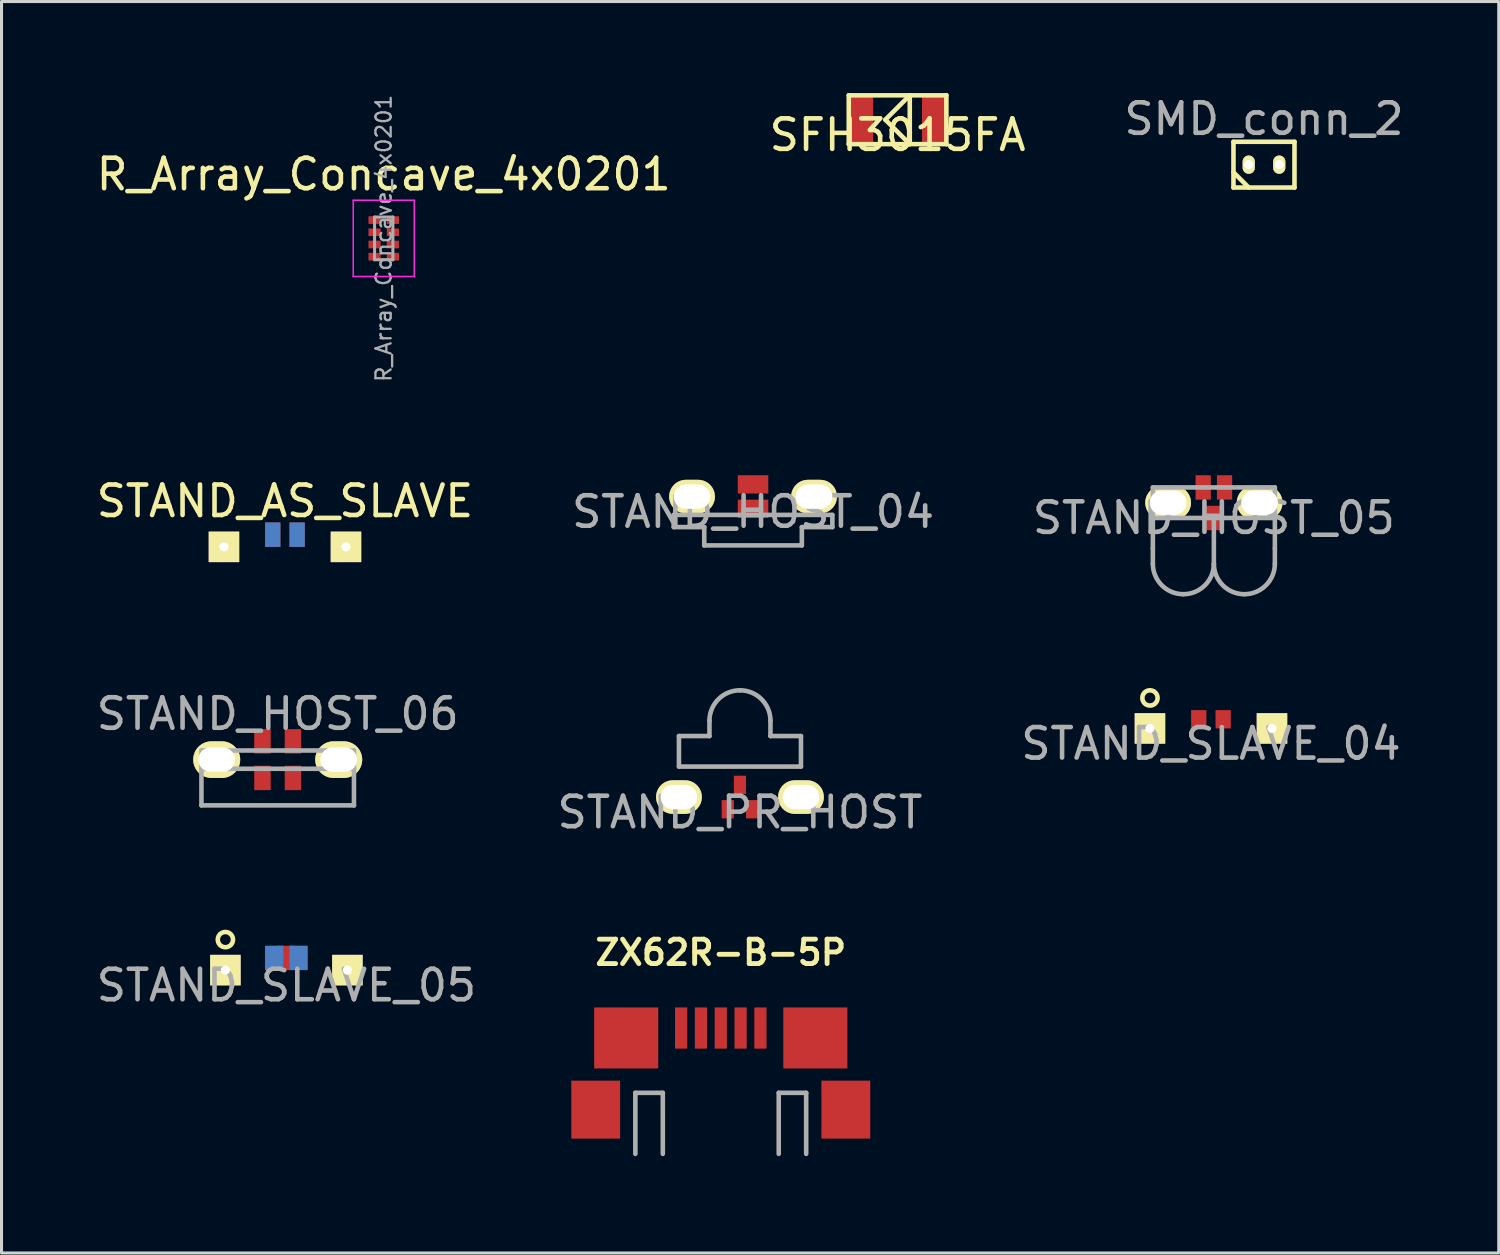
<source format=kicad_pcb>
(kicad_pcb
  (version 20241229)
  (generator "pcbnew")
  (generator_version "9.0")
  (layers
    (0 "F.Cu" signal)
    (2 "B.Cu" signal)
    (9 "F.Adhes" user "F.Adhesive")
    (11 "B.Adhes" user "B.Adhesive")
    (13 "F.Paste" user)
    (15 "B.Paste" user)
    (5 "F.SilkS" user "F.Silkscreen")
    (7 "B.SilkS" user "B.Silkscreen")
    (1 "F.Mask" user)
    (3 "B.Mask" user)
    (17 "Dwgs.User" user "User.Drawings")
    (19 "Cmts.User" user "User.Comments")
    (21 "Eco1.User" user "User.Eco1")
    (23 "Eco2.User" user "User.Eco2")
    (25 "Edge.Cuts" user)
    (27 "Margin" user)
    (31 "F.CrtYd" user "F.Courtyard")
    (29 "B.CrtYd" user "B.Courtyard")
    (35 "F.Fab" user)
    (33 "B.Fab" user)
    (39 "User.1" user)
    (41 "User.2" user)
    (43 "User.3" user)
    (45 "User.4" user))
  (footprint "SMD_conn_2"
    (layer "F.Cu")
    (at 38.387 2.348)
    (property "Reference" "SMD_conn_2" (at 0 -1.5 0) (layer "F.Fab") (effects (font (size 1 1) (thickness 0.15))))
    (attr through_hole)
    (fp_line (start -1 -0.75) (end 1 -0.75) (stroke (width 0.15) (type solid)) (layer "F.SilkS"))
    (fp_line (start -1 0.75) (end -1 -0.75) (stroke (width 0.15) (type solid)) (layer "F.SilkS"))
    (fp_line (start -1 0.75) (end 1 0.75) (stroke (width 0.15) (type solid)) (layer "F.SilkS"))
    (fp_line (start -0.5 0.75) (end -1 0.25) (stroke (width 0.15) (type solid)) (layer "F.SilkS"))
    (fp_line (start 1 0.75) (end 1 -0.75) (stroke (width 0.15) (type solid)) (layer "F.SilkS"))
    (pad "1" thru_hole oval (at -0.5 0) (size 0.4 0.6) (drill 0.3) (layers "*.Cu" "*.Mask" "F.SilkS"))
    (pad "2" thru_hole oval (at 0.5 0) (size 0.4 0.6) (drill 0.3) (layers "*.Cu" "*.Mask" "F.SilkS")))
  (footprint "STAND_PR_HOST"
    (layer "F.Cu")
    (at 21.208 23.08)
    (property "Reference" "STAND_PR_HOST" (at 0 0.5 0) (layer "F.Fab") (effects (font (size 1 1) (thickness 0.15))))
    (attr through_hole)
    (fp_line (start -2 -2) (end -1 -2) (stroke (width 0.15) (type solid)) (layer "F.Fab"))
    (fp_line (start -2 -1) (end -2 -2) (stroke (width 0.15) (type solid)) (layer "F.Fab"))
    (fp_line (start -2 -1) (end 2 -1) (stroke (width 0.15) (type solid)) (layer "F.Fab"))
    (fp_line (start -1 -2.5) (end -1 -2) (stroke (width 0.15) (type solid)) (layer "F.Fab"))
    (fp_line (start 1 -2) (end 1 -2.5) (stroke (width 0.15) (type solid)) (layer "F.Fab"))
    (fp_line (start 2 -2) (end 1 -2) (stroke (width 0.15) (type solid)) (layer "F.Fab"))
    (fp_line (start 2 -1) (end 2 -2) (stroke (width 0.15) (type solid)) (layer "F.Fab"))
    (fp_arc (start -1 -2.5) (mid -0.707107 -3.207107) (end 0 -3.5) (stroke (width 0.15) (type solid)) (layer "F.Fab"))
    (fp_arc (start 0 -3.5) (mid 0.707107 -3.207107) (end 1 -2.5) (stroke (width 0.15) (type solid)) (layer "F.Fab"))
    (pad "1" thru_hole oval (at -2 0) (size 1.5 1.1) (drill oval 1.2 0.8) (layers "*.Cu" "*.Mask" "F.SilkS"))
    (pad "2" smd rect (at -0.4 0.4) (size 0.4 0.6) (layers "F.Cu" "F.Mask" "F.Paste"))
    (pad "3" smd rect (at 0 -0.4) (size 0.4 0.6) (layers "F.Cu" "F.Mask" "F.Paste"))
    (pad "4" smd rect (at 0.4 0.4) (size 0.4 0.6) (layers "F.Cu" "F.Mask" "F.Paste"))
    (pad "5" thru_hole oval (at 2 0) (size 1.5 1.1) (drill oval 1.2 0.8) (layers "*.Cu" "*.Mask" "F.SilkS")))
  (footprint "STAND_HOST_06"
    (layer "F.Cu")
    (at 6.054 21.853)
    (property "Reference" "STAND_HOST_06" (at 0 -1.5 0) (layer "F.Fab") (effects (font (size 1 1) (thickness 0.15))))
    (attr through_hole)
    (fp_line (start -2.5 -0.3) (end -2.5 0.3) (stroke (width 0.15) (type solid)) (layer "F.Fab"))
    (fp_line (start -2.5 0.3) (end -2.5 1.5) (stroke (width 0.15) (type solid)) (layer "F.Fab"))
    (fp_line (start -2.5 0.3) (end 2.5 0.3) (stroke (width 0.15) (type solid)) (layer "F.Fab"))
    (fp_line (start -2.5 1.5) (end 2.5 1.5) (stroke (width 0.15) (type solid)) (layer "F.Fab"))
    (fp_line (start 2.5 -0.3) (end -2.5 -0.3) (stroke (width 0.15) (type solid)) (layer "F.Fab"))
    (fp_line (start 2.5 0.3) (end 2.5 -0.3) (stroke (width 0.15) (type solid)) (layer "F.Fab"))
    (fp_line (start 2.5 1.5) (end 2.5 0.3) (stroke (width 0.15) (type solid)) (layer "F.Fab"))
    (pad "1" thru_hole oval (at -2 0) (size 1.54 1.2) (drill oval 1.2 0.8) (layers "*.Cu" "*.Mask" "F.SilkS"))
    (pad "2" smd rect (at -0.5 0.6) (size 0.54 0.8) (layers "F.Cu" "F.Mask" "F.Paste"))
    (pad "3" smd rect (at -0.5 -0.6) (size 0.54 0.8) (layers "F.Cu" "F.Mask" "F.Paste"))
    (pad "4" smd rect (at 0.5 0.6) (size 0.54 0.8) (layers "F.Cu" "F.Mask" "F.Paste"))
    (pad "5" smd rect (at 0.5 -0.6) (size 0.54 0.8) (layers "F.Cu" "F.Mask" "F.Paste"))
    (pad "6" thru_hole oval (at 2 0) (size 1.54 1.2) (drill oval 1.2 0.8) (layers "*.Cu" "*.Mask" "F.SilkS")))
  (footprint "STAND_HOST_05"
    (layer "F.Cu")
    (at 36.744 13.43)
    (property "Reference" "STAND_HOST_05" (at 0 0.5 0) (layer "F.Fab") (effects (font (size 1 1) (thickness 0.15))))
    (attr through_hole)
    (fp_line (start -2 -0.5) (end -2 0.5) (stroke (width 0.15) (type solid)) (layer "F.Fab"))
    (fp_line (start -2 0.5) (end -2 1.5) (stroke (width 0.15) (type solid)) (layer "F.Fab"))
    (fp_line (start -2 0.5) (end 2 0.5) (stroke (width 0.15) (type solid)) (layer "F.Fab"))
    (fp_line (start -2 2) (end -2 1.5) (stroke (width 0.15) (type solid)) (layer "F.Fab"))
    (fp_line (start 0 0.5) (end 0 2) (stroke (width 0.15) (type solid)) (layer "F.Fab"))
    (fp_line (start 2 -0.5) (end -2 -0.5) (stroke (width 0.15) (type solid)) (layer "F.Fab"))
    (fp_line (start 2 0.5) (end 2 -0.5) (stroke (width 0.15) (type solid)) (layer "F.Fab"))
    (fp_line (start 2 1.5) (end 2 0.5) (stroke (width 0.15) (type solid)) (layer "F.Fab"))
    (fp_line (start 2 1.5) (end 2 2) (stroke (width 0.15) (type solid)) (layer "F.Fab"))
    (fp_arc (start -1 3) (mid -1.707107 2.707107) (end -2 2) (stroke (width 0.15) (type solid)) (layer "F.Fab"))
    (fp_arc (start 0 2) (mid -0.292893 2.707107) (end -1 3) (stroke (width 0.15) (type solid)) (layer "F.Fab"))
    (fp_arc (start 1 3) (mid 0.292893 2.707107) (end 0 2) (stroke (width 0.15) (type solid)) (layer "F.Fab"))
    (fp_arc (start 2 2) (mid 1.707107 2.707107) (end 1 3) (stroke (width 0.15) (type solid)) (layer "F.Fab"))
    (pad "1" thru_hole oval (at -1.5 0) (size 1.5 1.1) (drill oval 1.2 0.8) (layers "*.Cu" "*.Mask" "F.SilkS"))
    (pad "2" smd rect (at -0.35 -0.5) (size 0.5 0.8) (layers "F.Cu" "F.Mask" "F.Paste"))
    (pad "3" smd rect (at 0 0.5) (size 0.5 0.8) (layers "F.Cu" "F.Mask" "F.Paste"))
    (pad "4" smd rect (at 0.35 -0.5) (size 0.5 0.8) (layers "F.Cu" "F.Mask" "F.Paste"))
    (pad "5" thru_hole oval (at 1.5 0) (size 1.5 1.1) (drill oval 1.2 0.8) (layers "*.Cu" "*.Mask" "F.SilkS")))
  (footprint "STAND_SLAVE_04"
    (layer "F.Cu")
    (at 36.649 20.83)
    (property "Reference" "STAND_SLAVE_04" (at 0 0.5 0) (layer "F.Fab") (effects (font (size 1 1) (thickness 0.15))))
    (attr through_hole)
    (fp_circle (center -2 -1) (end -1.75 -1) (stroke (width 0.15) (type solid)) (fill no) (layer "F.SilkS"))
    (pad "1" thru_hole rect (at -2 0) (size 1 1) (drill 0.3) (layers "*.Cu" "*.Mask" "F.SilkS"))
    (pad "2" smd rect (at -0.4 -0.3) (size 0.5 0.6) (layers "F.Cu" "F.Mask" "F.Paste"))
    (pad "3" smd rect (at 0.4 -0.3) (size 0.5 0.6) (layers "F.Cu" "F.Mask" "F.Paste"))
    (pad "4" thru_hole rect (at 2 0) (size 1 1) (drill 0.3) (layers "*.Cu" "*.Mask" "F.SilkS")))
  (footprint "STAND_AS_SLAVE"
    (layer "F.Cu")
    (at 6.292 14.878)
    (property "Reference" "STAND_AS_SLAVE" (at 0 -1.5 0) (layer "F.SilkS") (effects (font (size 1 1) (thickness 0.15))))
    (attr through_hole)
    (pad "1" thru_hole rect (at -2 0) (size 1 1) (drill 0.3) (layers "*.Cu" "*.Mask" "F.SilkS"))
    (pad "2" smd rect (at -0.4 -0.4) (size 0.5 0.8) (layers "F.Cu" "F.Mask" "F.Paste"))
    (pad "3" smd rect (at -0.4 -0.4) (size 0.5 0.8) (layers "B.Cu" "B.Mask" "B.Paste"))
    (pad "4" smd rect (at 0.4 -0.4) (size 0.5 0.8) (layers "F.Cu" "F.Mask" "F.Paste"))
    (pad "5" smd rect (at 0.4 -0.4) (size 0.5 0.8) (layers "B.Cu" "B.Mask" "B.Paste"))
    (pad "6" thru_hole rect (at 2 0) (size 1 1) (drill 0.3) (layers "*.Cu" "*.Mask" "F.SilkS")))
  (footprint "SFH3015FA"
    (layer "F.Cu")
    (at 26.375 0.875)
    (property "Reference" "SFH3015FA" (at 0 0.5 0) (layer "F.SilkS") (effects (font (size 1 1) (thickness 0.15))))
    (attr through_hole)
    (fp_line (start -1.6 -0.8) (end 1.6 -0.8) (stroke (width 0.15) (type solid)) (layer "F.SilkS"))
    (fp_line (start -1.6 0.8) (end -1.6 -0.8) (stroke (width 0.15) (type solid)) (layer "F.SilkS"))
    (fp_line (start -0.4 0) (end 0.4 -0.8) (stroke (width 0.15) (type solid)) (layer "F.SilkS"))
    (fp_line (start 0.4 -0.8) (end 0.4 0.8) (stroke (width 0.15) (type solid)) (layer "F.SilkS"))
    (fp_line (start 0.4 0.8) (end -0.4 0) (stroke (width 0.15) (type solid)) (layer "F.SilkS"))
    (fp_line (start 1.6 -0.8) (end 1.6 0.8) (stroke (width 0.15) (type solid)) (layer "F.SilkS"))
    (fp_line (start 1.6 0.8) (end -1.6 0.8) (stroke (width 0.15) (type solid)) (layer "F.SilkS"))
    (pad "1" smd rect (at -1.2 0) (size 0.8 1.6) (layers "F.Cu" "F.Mask" "F.Paste"))
    (pad "2" smd rect (at 1.2 0) (size 0.8 1.6) (layers "F.Cu" "F.Mask" "F.Paste")))
  (footprint "ZX62R-B-5P"
    (layer "F.Cu")
    (at 20.579 34.777)
    (property "Reference" "ZX62R-B-5P" (at 0 -6.6 180) (layer "F.SilkS") (effects (font (size 0.8 0.8) (thickness 0.16))))
    (attr through_hole)
    (fp_line (start -2.8 -2) (end -2.8 0) (stroke (width 0.15) (type solid)) (layer "F.Fab"))
    (fp_line (start -1.9 -2) (end -2.8 -2) (stroke (width 0.15) (type solid)) (layer "F.Fab"))
    (fp_line (start -1.9 0) (end -1.9 -2) (stroke (width 0.15) (type solid)) (layer "F.Fab"))
    (fp_line (start 1.9 -2) (end 2.8 -2) (stroke (width 0.15) (type solid)) (layer "F.Fab"))
    (fp_line (start 1.9 0) (end 1.9 -2) (stroke (width 0.15) (type solid)) (layer "F.Fab"))
    (fp_line (start 2.8 -2) (end 2.8 0) (stroke (width 0.15) (type solid)) (layer "F.Fab"))
    (pad "1" smd rect (at 1.3 -4.125) (size 0.4 1.35) (layers "F.Cu" "F.Mask" "F.Paste"))
    (pad "2" smd rect (at 0.65 -4.125) (size 0.4 1.35) (layers "F.Cu" "F.Mask" "F.Paste"))
    (pad "3" smd rect (at 0 -4.125) (size 0.4 1.35) (layers "F.Cu" "F.Mask" "F.Paste"))
    (pad "4" smd rect (at -0.65 -4.125) (size 0.4 1.35) (layers "F.Cu" "F.Mask" "F.Paste"))
    (pad "5" smd rect (at -1.3 -4.125) (size 0.4 1.35) (layers "F.Cu" "F.Mask" "F.Paste"))
    (pad "6" smd rect (at -4.1 -1.45) (size 1.6 1.9) (layers "F.Cu" "F.Mask" "F.Paste"))
    (pad "6" smd rect (at -3.1 -3.8) (size 2.1 2) (layers "F.Cu" "F.Mask" "F.Paste"))
    (pad "6" smd rect (at 3.1 -3.8) (size 2.1 2) (layers "F.Cu" "F.Mask" "F.Paste"))
    (pad "6" smd rect (at 4.1 -1.45) (size 1.6 1.9) (layers "F.Cu" "F.Mask" "F.Paste")))
  (footprint "STAND_HOST_04"
    (layer "F.Cu")
    (at 21.637 13.23)
    (property "Reference" "STAND_HOST_04" (at 0 0.5 0) (layer "F.Fab") (effects (font (size 1 1) (thickness 0.15))))
    (attr through_hole)
    (fp_line (start -2.6 0.6) (end -2.6 1) (stroke (width 0.15) (type solid)) (layer "F.Fab"))
    (fp_line (start -2.6 1) (end -1.6 1) (stroke (width 0.15) (type solid)) (layer "F.Fab"))
    (fp_line (start -1.6 1) (end -1.6 1.6) (stroke (width 0.15) (type solid)) (layer "F.Fab"))
    (fp_line (start -1.6 1.6) (end 1.6 1.6) (stroke (width 0.15) (type solid)) (layer "F.Fab"))
    (fp_line (start 1.6 1) (end 2.6 1) (stroke (width 0.15) (type solid)) (layer "F.Fab"))
    (fp_line (start 1.6 1.6) (end 1.6 1) (stroke (width 0.15) (type solid)) (layer "F.Fab"))
    (fp_line (start 2.6 0.6) (end -2.6 0.6) (stroke (width 0.15) (type solid)) (layer "F.Fab"))
    (fp_line (start 2.6 1) (end 2.6 0.6) (stroke (width 0.15) (type solid)) (layer "F.Fab"))
    (pad "1" thru_hole oval (at -2 0) (size 1.5 1.1) (drill oval 1.2 0.8) (layers "*.Cu" "*.Mask" "F.SilkS"))
    (pad "2" smd rect (at 0 0.4) (size 1 0.6) (layers "F.Cu" "F.Mask" "F.Paste"))
    (pad "3" smd rect (at 0 -0.4) (size 1 0.6) (layers "F.Cu" "F.Mask" "F.Paste"))
    (pad "4" thru_hole oval (at 2 0) (size 1.5 1.1) (drill oval 1.2 0.8) (layers "*.Cu" "*.Mask" "F.SilkS")))
  (footprint "R_Array_Concave_4x0201"
    (layer "F.Cu")
    (at 9.53 4.765)
    (property "Reference" "R_Array_Concave_4x0201" (at 0 -2.1 0) (layer "F.SilkS") (effects (font (size 1 1) (thickness 0.15))))
    (attr smd)
    (fp_line (start -1 -1.25) (end -1 1.25) (stroke (width 0.05) (type solid)) (layer "F.CrtYd"))
    (fp_line (start -1 -1.25) (end 1 -1.25) (stroke (width 0.05) (type solid)) (layer "F.CrtYd"))
    (fp_line (start 1 1.25) (end -1 1.25) (stroke (width 0.05) (type solid)) (layer "F.CrtYd"))
    (fp_line (start 1 1.25) (end 1 -1.25) (stroke (width 0.05) (type solid)) (layer "F.CrtYd"))
    (fp_line (start -0.3 -0.7) (end -0.3 0.7) (stroke (width 0.1) (type solid)) (layer "F.Fab"))
    (fp_line (start -0.3 -0.7) (end 0.3 -0.7) (stroke (width 0.1) (type solid)) (layer "F.Fab"))
    (fp_line (start -0.3 0.7) (end 0.3 0.7) (stroke (width 0.1) (type solid)) (layer "F.Fab"))
    (fp_line (start 0.3 -0.7) (end 0.3 0.7) (stroke (width 0.1) (type solid)) (layer "F.Fab"))
    (fp_text user "${REFERENCE}" (at 0 0 90) (layer "F.Fab") (effects (font (size 0.5 0.5) (thickness 0.075))))
    (pad "1" smd rect (at -0.3 -0.6) (size 0.4 0.25) (layers "F.Cu" "F.Mask" "F.Paste"))
    (pad "2" smd rect (at -0.3 -0.2) (size 0.4 0.25) (layers "F.Cu" "F.Mask" "F.Paste"))
    (pad "3" smd rect (at -0.3 0.2) (size 0.4 0.25) (layers "F.Cu" "F.Mask" "F.Paste"))
    (pad "4" smd rect (at -0.3 0.6) (size 0.4 0.25) (layers "F.Cu" "F.Mask" "F.Paste"))
    (pad "5" smd rect (at 0.3 0.6) (size 0.4 0.25) (layers "F.Cu" "F.Mask" "F.Paste"))
    (pad "6" smd rect (at 0.3 0.2) (size 0.4 0.25) (layers "F.Cu" "F.Mask" "F.Paste"))
    (pad "7" smd rect (at 0.3 -0.2) (size 0.4 0.25) (layers "F.Cu" "F.Mask" "F.Paste"))
    (pad "8" smd rect (at 0.3 -0.6) (size 0.4 0.25) (layers "F.Cu" "F.Mask" "F.Paste")))
  (footprint "STAND_SLAVE_05"
    (layer "F.Cu")
    (at 6.339 28.753)
    (property "Reference" "STAND_SLAVE_05" (at 0 0.5 0) (layer "F.Fab") (effects (font (size 1 1) (thickness 0.15))))
    (attr through_hole)
    (fp_circle (center -2 -1) (end -1.75 -1) (stroke (width 0.15) (type solid)) (fill no) (layer "F.SilkS"))
    (pad "1" thru_hole rect (at -2 0) (size 1 1) (drill 0.3) (layers "*.Cu" "*.Mask" "F.SilkS"))
    (pad "2" smd rect (at -0.4 -0.4) (size 0.6 0.8) (layers "B.Cu" "B.Mask" "B.Paste"))
    (pad "3" smd rect (at 0 -0.4) (size 0.6 0.8) (layers "F.Cu" "F.Mask" "F.Paste"))
    (pad "4" smd rect (at 0.4 -0.4) (size 0.6 0.8) (layers "B.Cu" "B.Mask" "B.Paste"))
    (pad "5" thru_hole rect (at 2 0) (size 1 1) (drill 0.3) (layers "*.Cu" "*.Mask" "F.SilkS")))
  (gr_rect
    (start -3 -3)
    (end 46.083 38.027)
    (stroke (width 0.1) (type default))
    (fill no)
    (layer "Edge.Cuts")))
</source>
